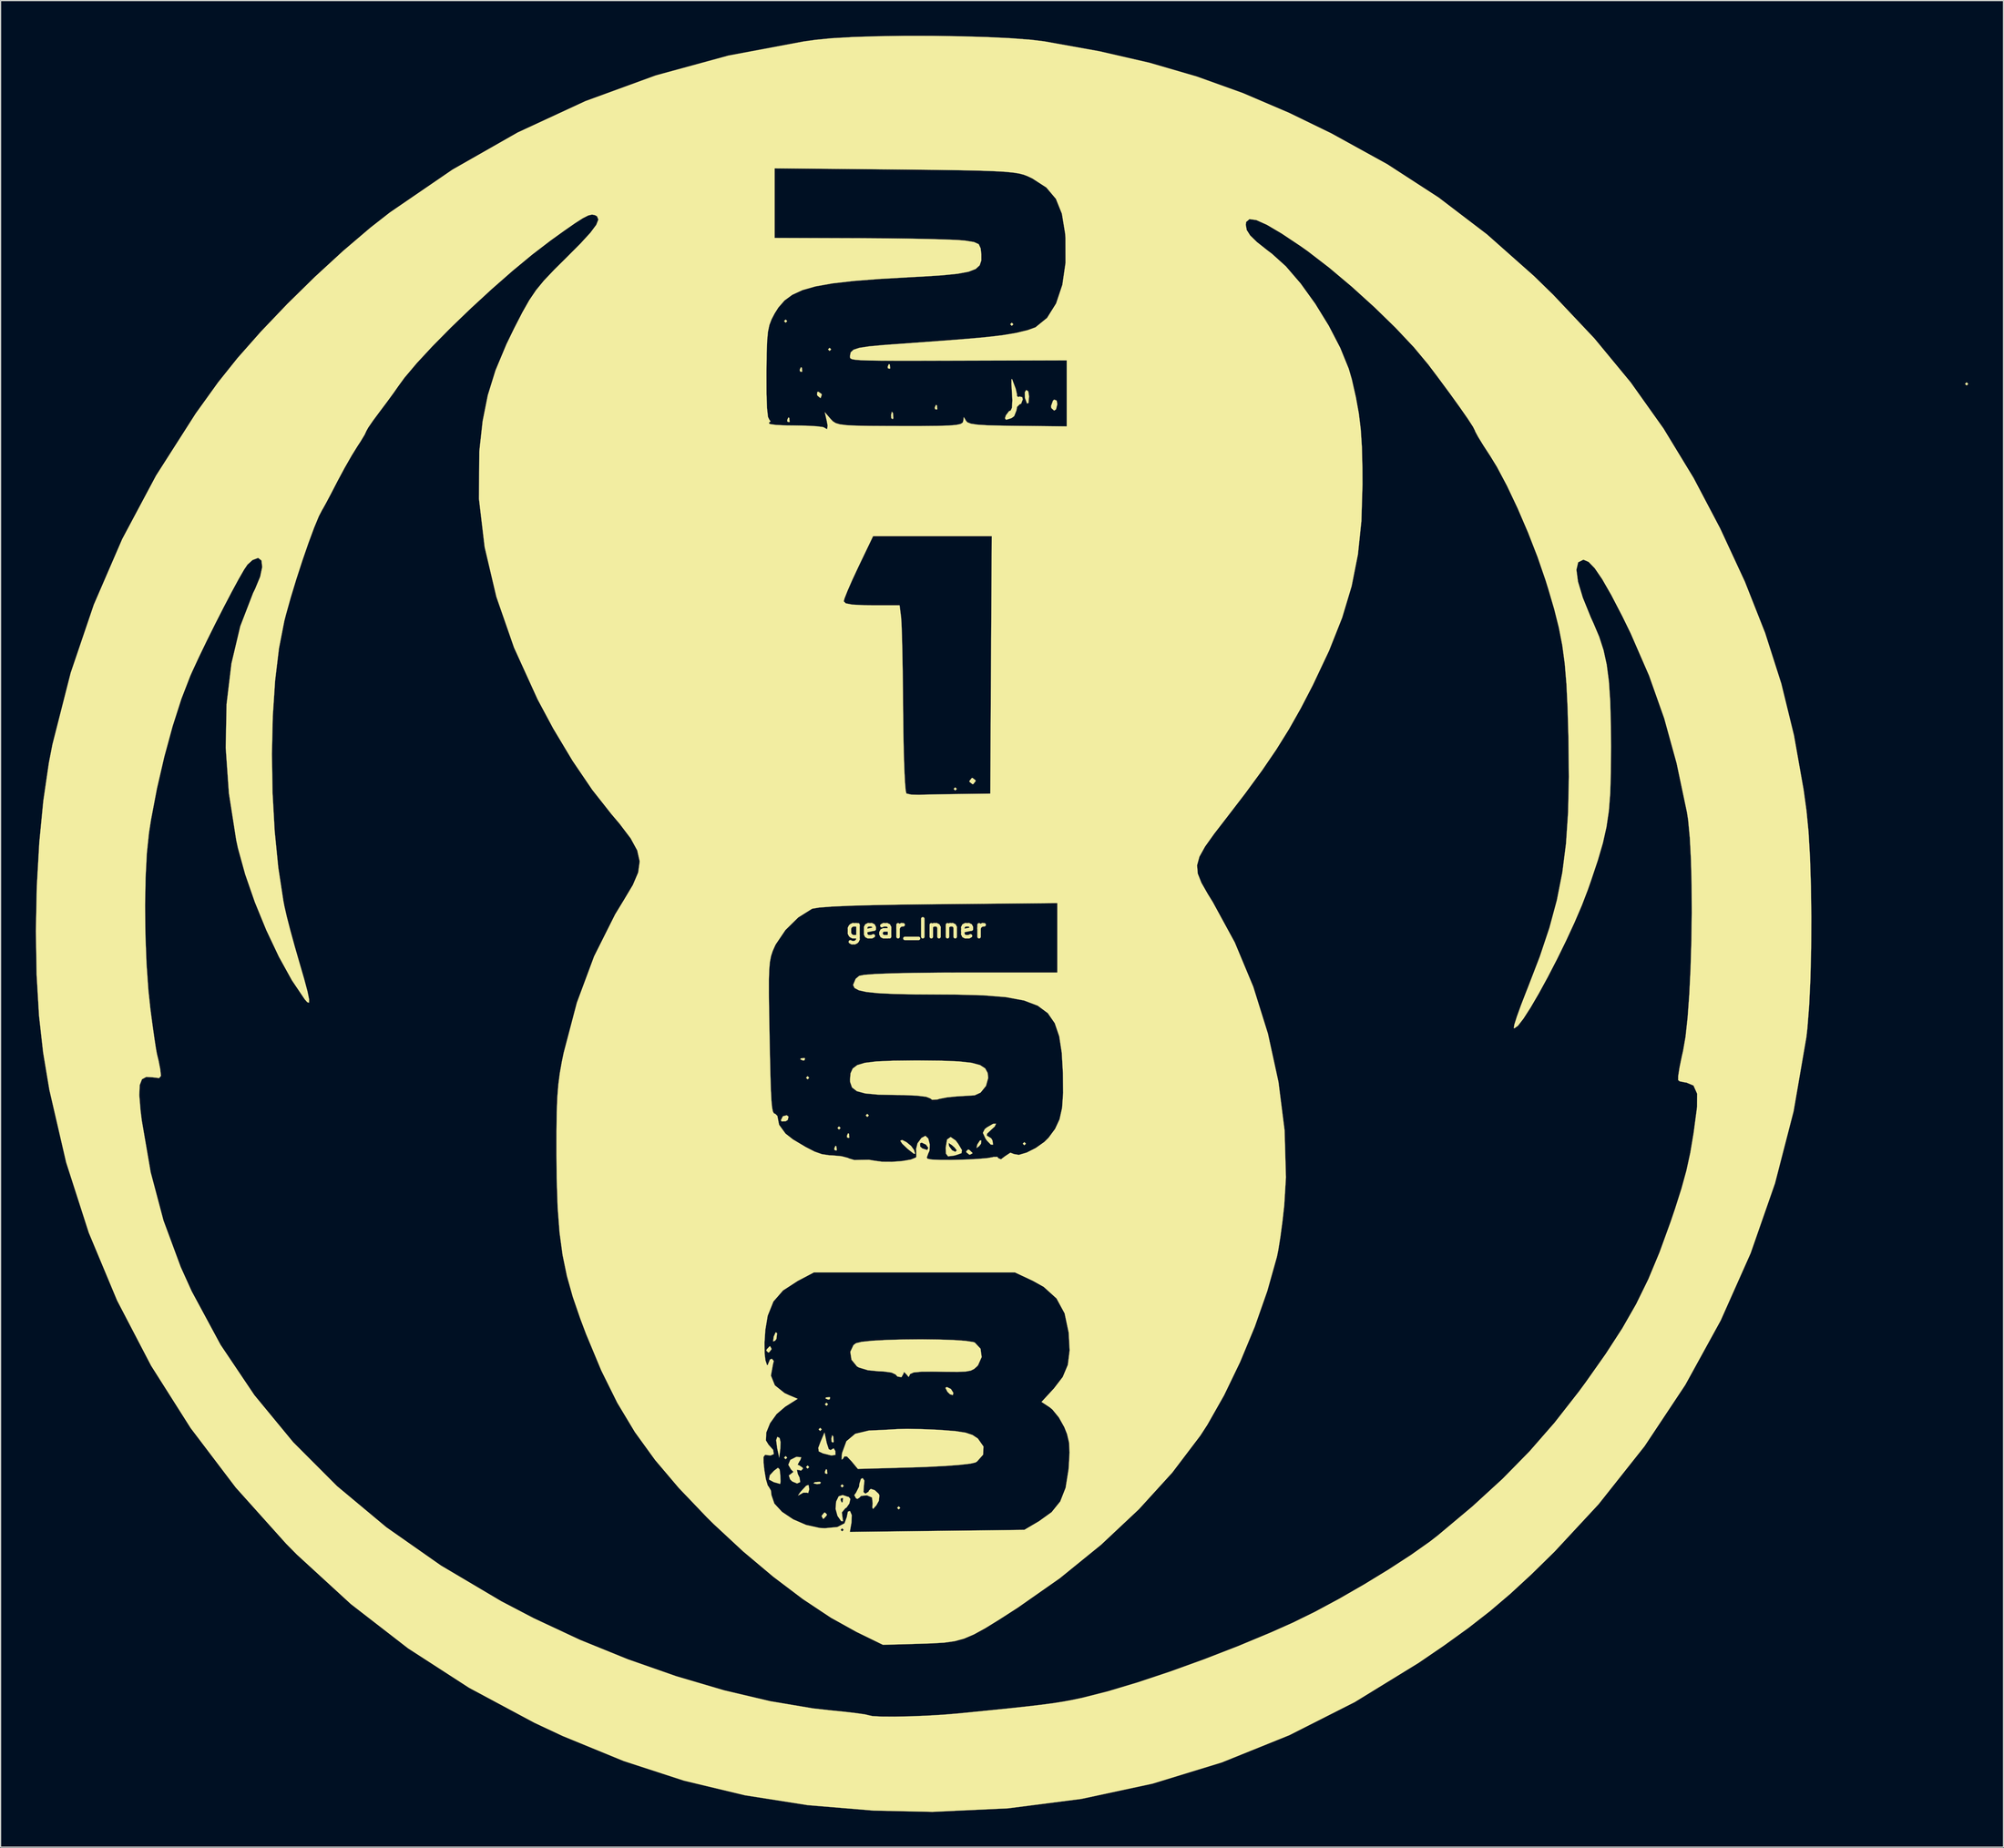
<source format=kicad_pcb>
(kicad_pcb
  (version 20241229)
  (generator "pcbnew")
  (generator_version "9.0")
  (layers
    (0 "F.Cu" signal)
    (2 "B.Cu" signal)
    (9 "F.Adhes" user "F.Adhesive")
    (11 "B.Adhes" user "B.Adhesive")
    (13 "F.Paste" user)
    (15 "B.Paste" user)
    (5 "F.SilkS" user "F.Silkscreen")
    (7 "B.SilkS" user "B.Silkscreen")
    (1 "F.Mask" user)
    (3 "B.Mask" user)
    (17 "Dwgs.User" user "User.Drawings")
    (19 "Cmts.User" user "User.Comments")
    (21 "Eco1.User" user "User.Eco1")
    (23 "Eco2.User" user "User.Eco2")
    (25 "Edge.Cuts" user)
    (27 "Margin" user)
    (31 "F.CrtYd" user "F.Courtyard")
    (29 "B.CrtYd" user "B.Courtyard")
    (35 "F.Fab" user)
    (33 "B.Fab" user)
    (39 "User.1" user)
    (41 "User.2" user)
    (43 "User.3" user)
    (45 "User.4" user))
  (footprint "gear_Inner"
    (layer "F.Cu")
    (at 74.92 76.033)
    (property "Reference" "gear_Inner" (at 0 0 0) (layer "F.SilkS") (effects (font (size 1.524 1.524) (thickness 0.3))))
    (attr through_hole)
    (fp_poly (pts (xy -10.962 -51.736) (xy -11.096 -51.602) (xy -11.229 -51.736) (xy -11.096 -51.869) (xy -10.962 -51.736)) (stroke (width 0.01) (type solid)) (fill yes) (layer "F.SilkS"))
    (fp_poly (pts (xy -10.962 45.052) (xy -11.096 45.185) (xy -11.229 45.052) (xy -11.096 44.918) (xy -10.962 45.052)) (stroke (width 0.01) (type solid)) (fill yes) (layer "F.SilkS"))
    (fp_poly (pts (xy -9.091 12.7) (xy -9.224 12.834) (xy -9.358 12.7) (xy -9.224 12.566) (xy -9.091 12.7)) (stroke (width 0.01) (type solid)) (fill yes) (layer "F.SilkS"))
    (fp_poly (pts (xy -9.091 45.854) (xy -9.224 45.987) (xy -9.358 45.854) (xy -9.224 45.72) (xy -9.091 45.854)) (stroke (width 0.01) (type solid)) (fill yes) (layer "F.SilkS"))
    (fp_poly (pts (xy -8.021 42.645) (xy -8.155 42.779) (xy -8.288 42.645) (xy -8.155 42.512) (xy -8.021 42.645)) (stroke (width 0.01) (type solid)) (fill yes) (layer "F.SilkS"))
    (fp_poly (pts (xy -7.486 40.506) (xy -7.62 40.64) (xy -7.754 40.506) (xy -7.62 40.373) (xy -7.486 40.506)) (stroke (width 0.01) (type solid)) (fill yes) (layer "F.SilkS"))
    (fp_poly (pts (xy -7.219 -49.329) (xy -7.353 -49.196) (xy -7.486 -49.329) (xy -7.353 -49.463) (xy -7.219 -49.329)) (stroke (width 0.01) (type solid)) (fill yes) (layer "F.SilkS"))
    (fp_poly (pts (xy -6.417 16.978) (xy -6.551 17.112) (xy -6.684 16.978) (xy -6.551 16.844) (xy -6.417 16.978)) (stroke (width 0.01) (type solid)) (fill yes) (layer "F.SilkS"))
    (fp_poly (pts (xy -6.149 47.458) (xy -6.283 47.592) (xy -6.417 47.458) (xy -6.283 47.324) (xy -6.149 47.458)) (stroke (width 0.01) (type solid)) (fill yes) (layer "F.SilkS"))
    (fp_poly (pts (xy -4.011 15.908) (xy -4.144 16.042) (xy -4.278 15.908) (xy -4.144 15.775) (xy -4.011 15.908)) (stroke (width 0.01) (type solid)) (fill yes) (layer "F.SilkS"))
    (fp_poly (pts (xy -1.337 49.329) (xy -1.471 49.463) (xy -1.604 49.329) (xy -1.471 49.196) (xy -1.337 49.329)) (stroke (width 0.01) (type solid)) (fill yes) (layer "F.SilkS"))
    (fp_poly (pts (xy 3.476 -11.898) (xy 3.342 -11.764) (xy 3.208 -11.898) (xy 3.342 -12.032) (xy 3.476 -11.898)) (stroke (width 0.01) (type solid)) (fill yes) (layer "F.SilkS"))
    (fp_poly (pts (xy 8.288 -51.468) (xy 8.155 -51.335) (xy 8.021 -51.468) (xy 8.155 -51.602) (xy 8.288 -51.468)) (stroke (width 0.01) (type solid)) (fill yes) (layer "F.SilkS"))
    (fp_poly (pts (xy 9.358 18.315) (xy 9.224 18.448) (xy 9.091 18.315) (xy 9.224 18.181) (xy 9.358 18.315)) (stroke (width 0.01) (type solid)) (fill yes) (layer "F.SilkS"))
    (fp_poly (pts (xy 89.568 -46.388) (xy 89.435 -46.255) (xy 89.301 -46.388) (xy 89.435 -46.522) (xy 89.568 -46.388)) (stroke (width 0.01) (type solid)) (fill yes) (layer "F.SilkS"))
    (fp_poly (pts (xy -10.784 -43.492) (xy -10.752 -43.175) (xy -10.784 -43.135) (xy -10.943 -43.172) (xy -10.962 -43.314) (xy -10.864 -43.534) (xy -10.784 -43.492)) (stroke (width 0.01) (type solid)) (fill yes) (layer "F.SilkS"))
    (fp_poly (pts (xy -9.714 -47.77) (xy -9.682 -47.453) (xy -9.714 -47.413) (xy -9.873 -47.45) (xy -9.893 -47.592) (xy -9.795 -47.812) (xy -9.714 -47.77)) (stroke (width 0.01) (type solid)) (fill yes) (layer "F.SilkS"))
    (fp_poly (pts (xy -9.447 11.051) (xy -9.484 11.21) (xy -9.625 11.229) (xy -9.845 11.132) (xy -9.804 11.051) (xy -9.486 11.019) (xy -9.447 11.051)) (stroke (width 0.01) (type solid)) (fill yes) (layer "F.SilkS"))
    (fp_poly (pts (xy -8.093 47.163) (xy -8.173 47.284) (xy -8.444 47.303) (xy -8.73 47.238) (xy -8.606 47.142) (xy -8.188 47.11) (xy -8.093 47.163)) (stroke (width 0.01) (type solid)) (fill yes) (layer "F.SilkS"))
    (fp_poly (pts (xy -7.575 46.076) (xy -7.543 46.394) (xy -7.575 46.433) (xy -7.734 46.396) (xy -7.754 46.255) (xy -7.656 46.035) (xy -7.575 46.076)) (stroke (width 0.01) (type solid)) (fill yes) (layer "F.SilkS"))
    (fp_poly (pts (xy -7.308 39.927) (xy -7.345 40.086) (xy -7.486 40.105) (xy -7.706 40.007) (xy -7.665 39.927) (xy -7.347 39.895) (xy -7.308 39.927)) (stroke (width 0.01) (type solid)) (fill yes) (layer "F.SilkS"))
    (fp_poly (pts (xy -7.036 43.264) (xy -7.004 43.681) (xy -7.057 43.776) (xy -7.179 43.696) (xy -7.198 43.425) (xy -7.133 43.14) (xy -7.036 43.264)) (stroke (width 0.01) (type solid)) (fill yes) (layer "F.SilkS"))
    (fp_poly (pts (xy -6.773 18.538) (xy -6.741 18.855) (xy -6.773 18.894) (xy -6.932 18.857) (xy -6.952 18.716) (xy -6.854 18.496) (xy -6.773 18.538)) (stroke (width 0.01) (type solid)) (fill yes) (layer "F.SilkS"))
    (fp_poly (pts (xy -5.704 17.468) (xy -5.672 17.785) (xy -5.704 17.825) (xy -5.863 17.788) (xy -5.882 17.646) (xy -5.784 17.426) (xy -5.704 17.468)) (stroke (width 0.01) (type solid)) (fill yes) (layer "F.SilkS"))
    (fp_poly (pts (xy -2.228 -48.037) (xy -2.196 -47.72) (xy -2.228 -47.681) (xy -2.387 -47.717) (xy -2.406 -47.859) (xy -2.308 -48.079) (xy -2.228 -48.037)) (stroke (width 0.01) (type solid)) (fill yes) (layer "F.SilkS"))
    (fp_poly (pts (xy -1.956 -43.899) (xy -1.924 -43.481) (xy -1.977 -43.386) (xy -2.099 -43.466) (xy -2.118 -43.737) (xy -2.053 -44.022) (xy -1.956 -43.899)) (stroke (width 0.01) (type solid)) (fill yes) (layer "F.SilkS"))
    (fp_poly (pts (xy 1.782 -44.561) (xy 1.814 -44.244) (xy 1.782 -44.205) (xy 1.624 -44.242) (xy 1.604 -44.383) (xy 1.702 -44.603) (xy 1.782 -44.561)) (stroke (width 0.01) (type solid)) (fill yes) (layer "F.SilkS"))
    (fp_poly (pts (xy -11.821 34.454) (xy -11.88 34.938) (xy -11.987 35.087) (xy -12.162 35.157) (xy -12.111 34.765) (xy -12.103 34.736) (xy -11.945 34.378) (xy -11.821 34.454)) (stroke (width 0.01) (type solid)) (fill yes) (layer "F.SilkS"))
    (fp_poly (pts (xy -11.61 43.378) (xy -11.527 43.729) (xy -11.548 44.292) (xy -11.639 45.052) (xy -11.812 44.249) (xy -11.901 43.564) (xy -11.803 43.282) (xy -11.61 43.378)) (stroke (width 0.01) (type solid)) (fill yes) (layer "F.SilkS"))
    (fp_poly (pts (xy -10.848 16.01) (xy -10.917 16.297) (xy -11.097 16.407) (xy -11.441 16.419) (xy -11.497 16.317) (xy -11.327 15.978) (xy -11 15.894) (xy -10.848 16.01)) (stroke (width 0.01) (type solid)) (fill yes) (layer "F.SilkS"))
    (fp_poly (pts (xy 2.975 39.203) (xy 3.181 39.535) (xy 3.14 39.728) (xy 2.898 39.656) (xy 2.679 39.443) (xy 2.507 39.107) (xy 2.625 39.036) (xy 2.975 39.203)) (stroke (width 0.01) (type solid)) (fill yes) (layer "F.SilkS"))
    (fp_poly (pts (xy 5.533 18.323) (xy 5.381 18.52) (xy 5.156 18.689) (xy 5.212 18.421) (xy 5.231 18.37) (xy 5.443 18.043) (xy 5.563 18.04) (xy 5.533 18.323)) (stroke (width 0.01) (type solid)) (fill yes) (layer "F.SilkS"))
    (fp_poly (pts (xy -12.302 35.767) (xy -12.299 35.827) (xy -12.504 36.084) (xy -12.582 36.095) (xy -12.742 35.931) (xy -12.7 35.827) (xy -12.46 35.572) (xy -12.417 35.56) (xy -12.302 35.767)) (stroke (width 0.01) (type solid)) (fill yes) (layer "F.SilkS"))
    (fp_poly (pts (xy -8.032 -45.526) (xy -8.021 -45.453) (xy -8.112 -45.192) (xy -8.139 -45.185) (xy -8.367 -45.373) (xy -8.422 -45.453) (xy -8.401 -45.699) (xy -8.304 -45.72) (xy -8.032 -45.526)) (stroke (width 0.01) (type solid)) (fill yes) (layer "F.SilkS"))
    (fp_poly (pts (xy -7.578 49.894) (xy -7.62 49.998) (xy -7.86 50.253) (xy -7.903 50.265) (xy -8.018 50.058) (xy -8.021 49.998) (xy -7.816 49.741) (xy -7.738 49.731) (xy -7.578 49.894)) (stroke (width 0.01) (type solid)) (fill yes) (layer "F.SilkS"))
    (fp_poly (pts (xy 4.545 18.849) (xy 4.8 19.09) (xy 4.813 19.133) (xy 4.606 19.247) (xy 4.545 19.251) (xy 4.288 19.045) (xy 4.278 18.967) (xy 4.442 18.808) (xy 4.545 18.849)) (stroke (width 0.01) (type solid)) (fill yes) (layer "F.SilkS"))
    (fp_poly (pts (xy 5.072 -12.63) (xy 5.08 -12.566) (xy 4.877 -12.307) (xy 4.813 -12.299) (xy 4.553 -12.502) (xy 4.545 -12.566) (xy 4.749 -12.826) (xy 4.813 -12.834) (xy 5.072 -12.63)) (stroke (width 0.01) (type solid)) (fill yes) (layer "F.SilkS"))
    (fp_poly (pts (xy 9.56 -45.759) (xy 9.625 -45.335) (xy 9.579 -44.768) (xy 9.456 -44.715) (xy 9.281 -45.184) (xy 9.28 -45.185) (xy 9.268 -45.682) (xy 9.383 -45.869) (xy 9.56 -45.759)) (stroke (width 0.01) (type solid)) (fill yes) (layer "F.SilkS"))
    (fp_poly (pts (xy 11.975 -44.97) (xy 12.032 -44.666) (xy 11.922 -44.223) (xy 11.764 -44.116) (xy 11.524 -44.331) (xy 11.497 -44.501) (xy 11.66 -44.956) (xy 11.764 -45.052) (xy 11.975 -44.97)) (stroke (width 0.01) (type solid)) (fill yes) (layer "F.SilkS"))
    (fp_poly (pts (xy -0.808 18.186) (xy -0.414 18.51) (xy -0.174 18.842) (xy -0.069 19.162) (xy -0.174 19.176) (xy -0.575 18.864) (xy -0.735 18.731) (xy -1.167 18.32) (xy -1.337 18.062) (xy -1.175 17.997) (xy -0.808 18.186)) (stroke (width 0.01) (type solid)) (fill yes) (layer "F.SilkS"))
    (fp_poly (pts (xy -11.605 46.052) (xy -11.549 46.531) (xy -11.527 47.079) (xy -11.559 47.293) (xy -11.559 47.293) (xy -11.843 47.209) (xy -12.098 47.14) (xy -12.512 46.915) (xy -12.441 46.551) (xy -12.088 46.172) (xy -11.749 45.915) (xy -11.605 46.052)) (stroke (width 0.01) (type solid)) (fill yes) (layer "F.SilkS"))
    (fp_poly (pts (xy -9.091 47.701) (xy -9.091 47.77) (xy -9.171 48.063) (xy -9.266 48.04) (xy -9.59 48.034) (xy -9.868 48.191) (xy -10.043 48.278) (xy -9.856 48.006) (xy -9.784 47.921) (xy -9.346 47.446) (xy -9.144 47.379) (xy -9.091 47.701)) (stroke (width 0.01) (type solid)) (fill yes) (layer "F.SilkS"))
    (fp_poly (pts (xy -7.598 43.803) (xy -7.426 44.331) (xy -7.247 44.419) (xy -7.218 44.382) (xy -7.005 44.258) (xy -6.863 44.494) (xy -6.849 44.812) (xy -7.192 44.869) (xy -7.911 44.691) (xy -8.273 44.521) (xy -8.315 44.22) (xy -8.127 43.715) (xy -7.785 42.913) (xy -7.598 43.803)) (stroke (width 0.01) (type solid)) (fill yes) (layer "F.SilkS"))
    (fp_poly (pts (xy 6.703 16.853) (xy 6.417 17.112) (xy 6.048 17.464) (xy 6.026 17.637) (xy 6.054 17.64) (xy 6.407 17.861) (xy 6.514 18.047) (xy 6.564 18.402) (xy 6.368 18.389) (xy 6.033 18.041) (xy 5.915 17.866) (xy 5.696 17.392) (xy 5.857 17.072) (xy 6.035 16.931) (xy 6.564 16.624) (xy 6.815 16.611) (xy 6.703 16.853)) (stroke (width 0.01) (type solid)) (fill yes) (layer "F.SilkS"))
    (fp_poly (pts (xy 3.383 18.045) (xy 3.594 18.328) (xy 3.915 18.862) (xy 3.876 19.123) (xy 3.41 19.286) (xy 3.199 19.337) (xy 2.731 19.393) (xy 2.552 19.158) (xy 2.531 18.662) (xy 2.6 18.248) (xy 2.779 18.248) (xy 2.798 18.46) (xy 2.83 18.544) (xy 3.07 18.873) (xy 3.355 19.012) (xy 3.476 18.882) (xy 3.298 18.652) (xy 3.069 18.443) (xy 2.779 18.248) (xy 2.6 18.248) (xy 2.649 17.958) (xy 2.95 17.747) (xy 3.383 18.045)) (stroke (width 0.01) (type solid)) (fill yes) (layer "F.SilkS"))
    (fp_poly (pts (xy -9.762 45.02) (xy -9.85 45.265) (xy -9.905 45.334) (xy -10.078 45.654) (xy -9.925 45.72) (xy -9.64 45.915) (xy -9.625 46.003) (xy -9.789 46.163) (xy -9.893 46.121) (xy -10.137 46.082) (xy -10.062 46.443) (xy -9.907 46.762) (xy -9.858 47.135) (xy -10.123 47.251) (xy -10.528 47.081) (xy -10.71 46.905) (xy -10.82 46.567) (xy -10.639 46.435) (xy -10.429 46.262) (xy -10.637 46.053) (xy -10.865 45.656) (xy -10.692 45.241) (xy -10.208 44.998) (xy -10.133 44.989) (xy -9.762 45.02)) (stroke (width 0.01) (type solid)) (fill yes) (layer "F.SilkS"))
    (fp_poly (pts (xy 8.185 -46.789) (xy 8.42 -46.159) (xy 8.486 -45.987) (xy 8.597 -45.504) (xy 8.592 -45.366) (xy 8.711 -45.266) (xy 8.817 -45.315) (xy 9.051 -45.258) (xy 9.091 -45.067) (xy 8.951 -44.702) (xy 8.823 -44.651) (xy 8.602 -44.428) (xy 8.556 -44.144) (xy 8.359 -43.642) (xy 8.133 -43.476) (xy 7.668 -43.331) (xy 7.575 -43.464) (xy 7.657 -43.715) (xy 7.924 -44.069) (xy 8.058 -44.116) (xy 8.172 -44.358) (xy 8.206 -44.99) (xy 8.172 -45.653) (xy 8.124 -46.398) (xy 8.132 -46.799) (xy 8.185 -46.789)) (stroke (width 0.01) (type solid)) (fill yes) (layer "F.SilkS"))
    (fp_poly (pts (xy -6.228 48.244) (xy -5.818 48.378) (xy -5.727 48.394) (xy -5.587 48.575) (xy -5.673 48.958) (xy -5.911 49.301) (xy -6.024 49.37) (xy -6.308 49.716) (xy -6.273 50.03) (xy -6.205 50.463) (xy -6.362 50.462) (xy -6.666 50.031) (xy -6.681 50.003) (xy -6.843 49.406) (xy -6.794 48.793) (xy -6.73 48.661) (xy -6.417 48.661) (xy -6.319 48.881) (xy -6.239 48.839) (xy -6.207 48.522) (xy -6.239 48.483) (xy -6.398 48.52) (xy -6.417 48.661) (xy -6.73 48.661) (xy -6.578 48.344) (xy -6.243 48.239) (xy -6.228 48.244)) (stroke (width 0.01) (type solid)) (fill yes) (layer "F.SilkS"))
    (fp_poly (pts (xy -4.389 47.009) (xy -4.435 47.458) (xy -4.47 47.983) (xy -4.307 48.126) (xy -4.024 47.945) (xy -4.011 47.867) (xy -3.849 47.71) (xy -3.503 47.826) (xy -3.181 48.126) (xy -3.114 48.255) (xy -3.157 48.723) (xy -3.369 49.103) (xy -3.653 49.424) (xy -3.717 49.284) (xy -3.685 48.953) (xy -3.74 48.447) (xy -4.152 48.268) (xy -4.211 48.262) (xy -4.679 48.315) (xy -4.813 48.454) (xy -4.982 48.566) (xy -5.103 48.513) (xy -5.249 48.246) (xy -5.103 48.043) (xy -4.848 47.537) (xy -4.813 47.271) (xy -4.687 46.866) (xy -4.54 46.789) (xy -4.389 47.009)) (stroke (width 0.01) (type solid)) (fill yes) (layer "F.SilkS"))
    (fp_poly (pts (xy 0.376 42.617) (xy 1.634 42.667) (xy 2.096 42.693) (xy 3.362 42.792) (xy 4.223 42.925) (xy 4.809 43.121) (xy 5.25 43.411) (xy 5.272 43.43) (xy 5.746 44.105) (xy 5.716 44.796) (xy 5.197 45.382) (xy 5.054 45.467) (xy 4.623 45.565) (xy 3.757 45.664) (xy 2.551 45.756) (xy 1.105 45.833) (xy -0.209 45.88) (xy -4.946 46.012) (xy -5.481 45.366) (xy -5.87 44.956) (xy -6.092 44.946) (xy -6.221 45.153) (xy -6.322 45.222) (xy -6.313 44.841) (xy -6.287 44.651) (xy -5.92 43.652) (xy -5.165 43.018) (xy -4.017 42.745) (xy -3.847 42.736) (xy -2.776 42.688) (xy -1.68 42.626) (xy -1.537 42.616) (xy -0.748 42.598) (xy 0.376 42.617)) (stroke (width 0.01) (type solid)) (fill yes) (layer "F.SilkS"))
    (fp_poly (pts (xy 2.163 11.246) (xy 3.651 11.307) (xy 4.727 11.426) (xy 5.454 11.62) (xy 5.892 11.903) (xy 6.103 12.292) (xy 6.149 12.712) (xy 5.959 13.395) (xy 5.501 13.963) (xy 4.994 14.196) (xy 4.549 14.225) (xy 3.802 14.27) (xy 3.476 14.289) (xy 2.637 14.372) (xy 1.976 14.5) (xy 1.832 14.549) (xy 1.377 14.578) (xy 1.214 14.456) (xy 0.868 14.321) (xy 0.075 14.224) (xy -1.078 14.175) (xy -1.603 14.171) (xy -3.184 14.142) (xy -4.303 14.04) (xy -5.033 13.843) (xy -5.442 13.526) (xy -5.604 13.066) (xy -5.615 12.855) (xy -5.568 12.319) (xy -5.384 11.914) (xy -4.999 11.623) (xy -4.348 11.427) (xy -3.367 11.308) (xy -1.992 11.248) (xy -0.157 11.23) (xy 0.203 11.229) (xy 2.163 11.246)) (stroke (width 0.01) (type solid)) (fill yes) (layer "F.SilkS"))
    (fp_poly (pts (xy 1.863 34.991) (xy 3.167 35.034) (xy 4.21 35.106) (xy 4.877 35.207) (xy 5.013 35.256) (xy 5.497 35.776) (xy 5.593 36.485) (xy 5.284 37.18) (xy 5.195 37.279) (xy 4.949 37.499) (xy 4.665 37.641) (xy 4.234 37.72) (xy 3.55 37.75) (xy 2.503 37.743) (xy 1.671 37.728) (xy 0.507 37.73) (xy -0.196 37.796) (xy -0.508 37.937) (xy -0.539 38.026) (xy -0.623 38.182) (xy -0.802 37.966) (xy -1.018 37.749) (xy -1.065 37.899) (xy -1.237 38.204) (xy -1.578 38.143) (xy -1.738 37.966) (xy -2.082 37.808) (xy -2.766 37.712) (xy -3.165 37.699) (xy -4.091 37.608) (xy -4.854 37.377) (xy -5.021 37.283) (xy -5.487 36.713) (xy -5.59 36.042) (xy -5.319 35.466) (xy -5.102 35.305) (xy -4.611 35.187) (xy -3.701 35.094) (xy -2.485 35.028) (xy -1.077 34.988) (xy 0.41 34.976) (xy 1.863 34.991)) (stroke (width 0.01) (type solid)) (fill yes) (layer "F.SilkS"))
    (fp_poly (pts (xy 1.439 -76.026) (xy 3.818 -75.991) (xy 6.075 -75.925) (xy 8.104 -75.827) (xy 9.797 -75.698) (xy 10.914 -75.562) (xy 15.587 -74.724) (xy 19.872 -73.74) (xy 23.905 -72.566) (xy 27.822 -71.159) (xy 31.761 -69.474) (xy 35.364 -67.721) (xy 40.116 -65.1) (xy 44.486 -62.265) (xy 48.604 -59.124) (xy 52.596 -55.583) (xy 54.244 -53.976) (xy 57.746 -50.265) (xy 60.845 -46.51) (xy 63.632 -42.589) (xy 66.194 -38.375) (xy 68.451 -34.089) (xy 70.558 -29.546) (xy 72.28 -25.185) (xy 73.659 -20.869) (xy 74.738 -16.459) (xy 75.56 -11.817) (xy 75.803 -10.04) (xy 75.977 -8.252) (xy 76.103 -6.063) (xy 76.183 -3.597) (xy 76.215 -0.98) (xy 76.201 1.663) (xy 76.141 4.206) (xy 76.033 6.524) (xy 75.879 8.492) (xy 75.794 9.238) (xy 74.706 15.554) (xy 73.121 21.696) (xy 71.049 27.642) (xy 68.5 33.369) (xy 65.485 38.856) (xy 62.016 44.08) (xy 58.104 49.019) (xy 54.346 53.068) (xy 52.391 54.986) (xy 50.603 56.637) (xy 48.853 58.128) (xy 47.009 59.565) (xy 44.943 61.055) (xy 42.779 62.533) (xy 37.354 65.866) (xy 31.777 68.69) (xy 26.042 71.005) (xy 20.143 72.814) (xy 14.074 74.117) (xy 7.828 74.918) (xy 1.4 75.217) (xy -3.609 75.11) (xy -9.214 74.645) (xy -14.559 73.805) (xy -19.748 72.561) (xy -24.884 70.888) (xy -30.071 68.759) (xy -32.485 67.628) (xy -38.038 64.652) (xy -43.231 61.293) (xy -48.103 57.521) (xy -52.695 53.309) (xy -53.622 52.37) (xy -57.911 47.585) (xy -61.742 42.53) (xy -65.107 37.22) (xy -68 31.67) (xy -70.412 25.895) (xy -72.337 19.91) (xy -73.661 14.187) (xy -66.114 14.187) (xy -66.008 15.474) (xy -65.903 16.327) (xy -65.145 20.745) (xy -64.053 24.862) (xy -62.585 28.826) (xy -61.656 30.881) (xy -59.197 35.442) (xy -56.322 39.722) (xy -53.02 43.73) (xy -49.279 47.479) (xy -45.086 50.979) (xy -40.431 54.242) (xy -35.302 57.28) (xy -32.537 58.726) (xy -28.61 60.564) (xy -24.532 62.221) (xy -20.405 63.666) (xy -16.331 64.867) (xy -12.414 65.791) (xy -8.755 66.407) (xy -7.365 66.562) (xy -6.117 66.687) (xy -5.075 66.809) (xy -4.349 66.912) (xy -4.047 66.984) (xy -4.046 66.985) (xy -3.703 67.061) (xy -2.932 67.101) (xy -1.841 67.107) (xy -0.537 67.082) (xy 0.874 67.027) (xy 2.286 66.944) (xy 3.532 66.841) (xy 5.93 66.604) (xy 7.869 66.408) (xy 9.424 66.241) (xy 10.669 66.095) (xy 11.678 65.96) (xy 12.526 65.828) (xy 13.286 65.688) (xy 14.032 65.531) (xy 14.171 65.501) (xy 16.331 64.952) (xy 18.85 64.197) (xy 21.613 63.277) (xy 24.506 62.232) (xy 27.414 61.104) (xy 30.22 59.934) (xy 32.092 59.099) (xy 33.957 58.183) (xy 36.017 57.075) (xy 38.148 55.849) (xy 40.227 54.58) (xy 42.131 53.342) (xy 43.736 52.209) (xy 44.424 51.675) (xy 47.366 49.207) (xy 49.93 46.858) (xy 52.224 44.52) (xy 54.352 42.082) (xy 56.422 39.434) (xy 57.01 38.635) (xy 58.716 36.215) (xy 60.125 34.04) (xy 61.31 31.967) (xy 62.343 29.855) (xy 63.298 27.563) (xy 64.247 24.948) (xy 64.609 23.878) (xy 65.159 22.149) (xy 65.582 20.611) (xy 65.915 19.087) (xy 66.197 17.399) (xy 66.466 15.369) (xy 66.49 15.175) (xy 66.494 14.052) (xy 66.185 13.361) (xy 65.564 13.103) (xy 65.488 13.101) (xy 65.014 13.005) (xy 64.88 12.901) (xy 64.883 12.566) (xy 64.995 11.845) (xy 65.195 10.868) (xy 65.296 10.427) (xy 65.508 9.216) (xy 65.686 7.571) (xy 65.83 5.591) (xy 65.938 3.377) (xy 66.008 1.027) (xy 66.038 -1.358) (xy 66.027 -3.68) (xy 65.973 -5.837) (xy 65.874 -7.731) (xy 65.73 -9.261) (xy 65.633 -9.893) (xy 64.751 -14.079) (xy 63.694 -17.908) (xy 62.407 -21.544) (xy 60.838 -25.15) (xy 60.128 -26.603) (xy 59.186 -28.416) (xy 58.411 -29.766) (xy 57.778 -30.692) (xy 57.259 -31.229) (xy 56.831 -31.415) (xy 56.803 -31.416) (xy 56.367 -31.197) (xy 56.219 -30.564) (xy 56.353 -29.548) (xy 56.763 -28.182) (xy 57.445 -26.499) (xy 57.679 -25.986) (xy 58.158 -24.855) (xy 58.527 -23.717) (xy 58.798 -22.479) (xy 58.984 -21.049) (xy 59.097 -19.336) (xy 59.153 -17.245) (xy 59.163 -15.507) (xy 59.151 -13.321) (xy 59.097 -11.538) (xy 58.98 -10.026) (xy 58.778 -8.655) (xy 58.472 -7.292) (xy 58.038 -5.807) (xy 57.456 -4.068) (xy 57.186 -3.298) (xy 56.683 -1.985) (xy 56.054 -0.518) (xy 55.336 1.035) (xy 54.566 2.605) (xy 53.782 4.122) (xy 53.02 5.517) (xy 52.318 6.72) (xy 51.712 7.663) (xy 51.239 8.275) (xy 50.938 8.488) (xy 50.889 8.467) (xy 50.933 8.182) (xy 51.149 7.499) (xy 51.505 6.514) (xy 51.967 5.322) (xy 52.083 5.033) (xy 53.103 2.383) (xy 53.921 -0.066) (xy 54.555 -2.416) (xy 55.02 -4.774) (xy 55.334 -7.243) (xy 55.514 -9.928) (xy 55.577 -12.934) (xy 55.54 -16.309) (xy 55.471 -18.774) (xy 55.372 -20.822) (xy 55.226 -22.571) (xy 55.016 -24.137) (xy 54.724 -25.639) (xy 54.334 -27.193) (xy 53.828 -28.918) (xy 53.591 -29.679) (xy 52.91 -31.66) (xy 52.097 -33.747) (xy 51.211 -35.808) (xy 50.31 -37.712) (xy 49.451 -39.329) (xy 48.885 -40.252) (xy 48.301 -41.149) (xy 47.851 -41.883) (xy 47.606 -42.338) (xy 47.581 -42.416) (xy 47.419 -42.738) (xy 46.977 -43.419) (xy 46.299 -44.393) (xy 45.433 -45.596) (xy 44.422 -46.964) (xy 43.606 -48.046) (xy 42.382 -49.515) (xy 40.819 -51.175) (xy 39.025 -52.923) (xy 37.109 -54.66) (xy 35.182 -56.283) (xy 33.351 -57.692) (xy 32.745 -58.121) (xy 31.119 -59.203) (xy 29.869 -59.94) (xy 28.968 -60.343) (xy 28.39 -60.423) (xy 28.11 -60.188) (xy 28.074 -59.942) (xy 28.154 -59.495) (xy 28.446 -59.032) (xy 29.021 -58.471) (xy 29.955 -57.731) (xy 30.292 -57.479) (xy 31.486 -56.402) (xy 32.746 -54.936) (xy 33.991 -53.206) (xy 35.141 -51.337) (xy 36.116 -49.456) (xy 36.836 -47.688) (xy 37.099 -46.789) (xy 37.448 -45.249) (xy 37.697 -43.872) (xy 37.862 -42.509) (xy 37.959 -41.009) (xy 38.002 -39.223) (xy 38.009 -37.838) (xy 37.917 -34.711) (xy 37.62 -31.866) (xy 37.086 -29.168) (xy 36.279 -26.483) (xy 35.167 -23.676) (xy 33.772 -20.721) (xy 32.755 -18.761) (xy 31.746 -16.976) (xy 30.67 -15.248) (xy 29.453 -13.463) (xy 28.017 -11.503) (xy 26.474 -9.492) (xy 25.385 -8.08) (xy 24.608 -6.991) (xy 24.127 -6.127) (xy 23.926 -5.39) (xy 23.988 -4.681) (xy 24.296 -3.903) (xy 24.835 -2.956) (xy 25.264 -2.262) (xy 27.137 1.175) (xy 28.711 4.949) (xy 29.961 8.949) (xy 30.858 13.062) (xy 31.377 17.176) (xy 31.492 21.179) (xy 31.349 23.55) (xy 31.196 24.933) (xy 31.019 26.266) (xy 30.842 27.372) (xy 30.727 27.94) (xy 29.906 30.86) (xy 28.84 33.899) (xy 27.592 36.908) (xy 26.226 39.742) (xy 24.804 42.251) (xy 24.201 43.18) (xy 21.815 46.326) (xy 18.974 49.448) (xy 15.756 52.471) (xy 12.24 55.324) (xy 8.673 57.822) (xy 7.118 58.824) (xy 5.905 59.573) (xy 4.931 60.107) (xy 4.092 60.465) (xy 3.281 60.685) (xy 2.395 60.808) (xy 1.329 60.87) (xy 0.401 60.901) (xy -2.807 60.994) (xy -5.056 59.897) (xy -7.239 58.685) (xy -9.633 57.094) (xy -12.151 55.19) (xy -14.71 53.038) (xy -16.687 51.201) (xy -6.417 51.201) (xy -6.283 51.335) (xy -6.149 51.201) (xy -6.283 51.067) (xy -6.417 51.201) (xy -16.687 51.201) (xy -17.221 50.705) (xy -17.79 50.143) (xy -20.186 47.635) (xy -22.205 45.253) (xy -22.397 44.988) (xy -12.976 44.988) (xy -12.972 45.499) (xy -12.91 46.083) (xy -12.78 46.878) (xy -12.62 47.417) (xy -12.525 47.547) (xy -12.348 47.851) (xy -12.299 48.255) (xy -12.054 48.965) (xy -11.4 49.673) (xy -10.457 50.305) (xy -9.346 50.785) (xy -8.187 51.04) (xy -7.754 51.062) (xy -6.69 50.961) (xy -6.081 50.648) (xy -5.882 50.101) (xy -5.882 50.085) (xy -5.793 49.649) (xy -5.614 49.597) (xy -5.466 49.95) (xy -5.487 50.567) (xy -5.488 50.571) (xy -5.63 51.379) (xy 1.797 51.29) (xy 9.224 51.201) (xy 10.471 50.468) (xy 11.547 49.695) (xy 12.281 48.785) (xy 12.739 47.619) (xy 12.986 46.075) (xy 13.009 45.797) (xy 13.073 44.613) (xy 13.031 43.759) (xy 12.86 43.039) (xy 12.627 42.453) (xy 12.162 41.624) (xy 11.614 40.953) (xy 11.385 40.763) (xy 10.688 40.306) (xy 11.744 39.16) (xy 12.496 38.181) (xy 12.929 37.149) (xy 13.081 35.916) (xy 13.001 34.406) (xy 12.654 32.764) (xy 11.963 31.491) (xy 10.87 30.505) (xy 9.94 29.988) (xy 8.422 29.277) (xy -8.689 29.277) (xy -10.07 30.005) (xy -11.315 30.812) (xy -12.136 31.754) (xy -12.622 32.965) (xy -12.824 34.179) (xy -12.892 35.234) (xy -12.883 36.193) (xy -12.815 36.759) (xy -12.679 37.175) (xy -12.599 37.15) (xy -12.594 37.097) (xy -12.43 36.7) (xy -12.27 36.629) (xy -12.103 36.822) (xy -12.172 37.097) (xy -12.347 38.064) (xy -12.013 38.893) (xy -11.186 39.555) (xy -10.85 39.713) (xy -10.07 40.041) (xy -11.132 40.712) (xy -11.865 41.339) (xy -12.422 42.116) (xy -12.744 42.911) (xy -12.772 43.589) (xy -12.553 43.948) (xy -12.158 44.392) (xy -12.103 44.747) (xy -12.391 44.873) (xy -12.539 44.848) (xy -12.843 44.811) (xy -12.976 44.988) (xy -22.397 44.988) (xy -23.926 42.875) (xy -25.426 40.378) (xy -26.783 37.639) (xy -28.076 34.537) (xy -28.57 33.226) (xy -29.213 31.357) (xy -29.711 29.583) (xy -30.081 27.794) (xy -30.339 25.88) (xy -30.501 23.73) (xy -30.583 21.235) (xy -30.601 19.251) (xy -30.599 17.236) (xy -30.578 15.645) (xy -30.529 14.369) (xy -30.445 13.298) (xy -30.319 12.32) (xy -30.143 11.327) (xy -29.989 10.585) (xy -28.865 6.311) (xy -28.59 5.571) (xy -12.52 5.571) (xy -12.499 7.167) (xy -12.47 8.774) (xy -12.428 10.896) (xy -12.389 12.542) (xy -12.349 13.773) (xy -12.304 14.648) (xy -12.249 15.226) (xy -12.181 15.566) (xy -12.095 15.729) (xy -11.987 15.774) (xy -11.974 15.775) (xy -11.791 15.958) (xy -11.793 15.975) (xy -11.653 16.704) (xy -11.107 17.455) (xy -10.466 17.957) (xy -9.391 18.597) (xy -8.616 18.995) (xy -7.999 19.21) (xy -7.396 19.299) (xy -7.089 19.313) (xy -6.33 19.385) (xy -5.789 19.526) (xy -5.717 19.567) (xy -5.235 19.708) (xy -4.783 19.696) (xy -4.005 19.685) (xy -3.555 19.759) (xy -2.881 19.852) (xy -2.027 19.857) (xy -1.154 19.79) (xy -0.428 19.664) (xy -0.011 19.497) (xy 0.032 19.426) (xy 0.027 18.873) (xy 0.015 18.763) (xy 0.132 18.286) (xy 0.136 18.28) (xy 0.346 18.28) (xy 0.361 18.56) (xy 0.535 18.716) (xy 0.958 18.857) (xy 1.05 18.669) (xy 0.856 18.395) (xy 0.488 18.224) (xy 0.346 18.28) (xy 0.136 18.28) (xy 0.466 17.827) (xy 0.804 17.646) (xy 1.045 17.87) (xy 1.174 18.374) (xy 1.152 18.909) (xy 1.045 19.146) (xy 0.92 19.496) (xy 0.99 19.602) (xy 1.368 19.667) (xy 2.131 19.697) (xy 3.132 19.695) (xy 4.223 19.666) (xy 5.256 19.614) (xy 6.083 19.543) (xy 6.556 19.459) (xy 6.595 19.441) (xy 6.931 19.438) (xy 7.008 19.552) (xy 7.237 19.645) (xy 7.582 19.384) (xy 8.038 19.082) (xy 8.345 19.2) (xy 8.753 19.27) (xy 9.421 19.074) (xy 10.193 18.685) (xy 10.916 18.175) (xy 11.282 17.817) (xy 11.844 17.058) (xy 12.221 16.246) (xy 12.44 15.262) (xy 12.528 13.987) (xy 12.511 12.301) (xy 12.511 12.299) (xy 12.411 10.574) (xy 12.196 9.171) (xy 11.816 8.055) (xy 11.222 7.196) (xy 10.364 6.561) (xy 9.193 6.118) (xy 7.658 5.834) (xy 5.71 5.678) (xy 3.299 5.617) (xy 2.193 5.612) (xy -0.089 5.601) (xy -1.885 5.564) (xy -3.247 5.497) (xy -4.224 5.394) (xy -4.867 5.25) (xy -5.224 5.06) (xy -5.346 4.817) (xy -5.347 4.785) (xy -5.133 4.275) (xy -4.83 4.02) (xy -4.399 3.936) (xy -3.466 3.865) (xy -2.065 3.81) (xy -0.229 3.77) (xy 2.008 3.748) (xy 3.859 3.743) (xy 12.032 3.743) (xy 12.032 -2.174) (xy 1.938 -2.083) (xy -1.117 -2.048) (xy -3.65 -2.002) (xy -5.672 -1.946) (xy -7.197 -1.877) (xy -8.235 -1.797) (xy -8.799 -1.704) (xy -8.86 -1.683) (xy -10.026 -0.95) (xy -11.114 0.121) (xy -11.94 1.343) (xy -12.013 1.491) (xy -12.198 1.91) (xy -12.336 2.329) (xy -12.432 2.826) (xy -12.492 3.479) (xy -12.519 4.368) (xy -12.52 5.571) (xy -28.59 5.571) (xy -27.397 2.361) (xy -25.606 -1.214) (xy -24.86 -2.439) (xy -24.098 -3.717) (xy -23.645 -4.778) (xy -23.516 -5.725) (xy -23.726 -6.664) (xy -24.29 -7.697) (xy -25.225 -8.929) (xy -25.928 -9.759) (xy -27.551 -11.818) (xy -29.225 -14.284) (xy -30.878 -17.043) (xy -32.204 -19.518) (xy -34.213 -23.933) (xy -35.583 -27.873) (xy -6.15 -27.873) (xy -5.977 -27.7) (xy -5.418 -27.593) (xy -4.415 -27.544) (xy -3.772 -27.539) (xy -1.395 -27.539) (xy -1.267 -26.536) (xy -1.231 -25.999) (xy -1.194 -25.011) (xy -1.161 -23.658) (xy -1.131 -22.023) (xy -1.107 -20.191) (xy -1.093 -18.591) (xy -1.072 -16.718) (xy -1.037 -15.025) (xy -0.99 -13.585) (xy -0.935 -12.471) (xy -0.874 -11.753) (xy -0.816 -11.506) (xy -0.406 -11.414) (xy 0.242 -11.397) (xy 0.87 -11.415) (xy 1.866 -11.435) (xy 3.061 -11.455) (xy 3.698 -11.463) (xy 6.326 -11.497) (xy 6.389 -22.459) (xy 6.452 -33.421) (xy -3.651 -33.421) (xy -4.901 -30.814) (xy -5.412 -29.717) (xy -5.822 -28.782) (xy -6.083 -28.122) (xy -6.15 -27.873) (xy -35.583 -27.873) (xy -35.717 -28.26) (xy -36.713 -32.486) (xy -37.199 -36.6) (xy -37.17 -40.589) (xy -37.159 -40.737) (xy -36.885 -43.222) (xy -36.445 -45.43) (xy -35.878 -47.257) (xy -12.727 -47.257) (xy -12.722 -45.523) (xy -12.679 -44.302) (xy -12.595 -43.571) (xy -12.47 -43.311) (xy -12.46 -43.31) (xy -12.376 -43.202) (xy -12.526 -43.077) (xy -12.456 -42.971) (xy -11.918 -42.894) (xy -10.976 -42.853) (xy -10.444 -42.849) (xy -9.351 -42.831) (xy -8.47 -42.785) (xy -7.932 -42.718) (xy -7.833 -42.68) (xy -7.565 -42.525) (xy -7.519 -42.834) (xy -7.595 -43.247) (xy -7.762 -43.982) (xy -7.26 -43.397) (xy -7.069 -43.198) (xy -6.833 -43.05) (xy -6.476 -42.945) (xy -5.924 -42.876) (xy -5.101 -42.834) (xy -3.932 -42.813) (xy -2.34 -42.805) (xy -1.374 -42.803) (xy 0.458 -42.803) (xy 1.824 -42.815) (xy 2.79 -42.844) (xy 3.426 -42.896) (xy 3.799 -42.976) (xy 3.978 -43.09) (xy 4.029 -43.244) (xy 4.029 -43.254) (xy 4.071 -43.562) (xy 4.201 -43.353) (xy 4.23 -43.286) (xy 4.369 -43.121) (xy 4.677 -43.001) (xy 5.23 -42.918) (xy 6.106 -42.864) (xy 7.383 -42.832) (xy 8.623 -42.816) (xy 12.834 -42.774) (xy 12.834 -48.394) (xy 4.879 -48.374) (xy 2.235 -48.368) (xy 0.076 -48.363) (xy -1.647 -48.363) (xy -2.983 -48.369) (xy -3.98 -48.383) (xy -4.688 -48.407) (xy -5.157 -48.443) (xy -5.435 -48.492) (xy -5.571 -48.557) (xy -5.615 -48.64) (xy -5.616 -48.742) (xy -5.615 -48.779) (xy -5.554 -49.078) (xy -5.319 -49.297) (xy -4.828 -49.46) (xy -4.001 -49.588) (xy -2.757 -49.703) (xy -2.031 -49.756) (xy 0.205 -49.916) (xy 1.985 -50.046) (xy 3.387 -50.152) (xy 4.487 -50.24) (xy 5.364 -50.317) (xy 6.094 -50.39) (xy 6.755 -50.464) (xy 7.425 -50.547) (xy 7.431 -50.548) (xy 8.522 -50.73) (xy 9.507 -50.967) (xy 10.172 -51.207) (xy 11.159 -52.007) (xy 11.929 -53.237) (xy 12.462 -54.829) (xy 12.735 -56.714) (xy 12.728 -58.824) (xy 12.697 -59.21) (xy 12.423 -60.882) (xy 11.913 -62.149) (xy 11.098 -63.115) (xy 9.911 -63.883) (xy 9.488 -64.083) (xy 9.165 -64.206) (xy 8.766 -64.308) (xy 8.236 -64.39) (xy 7.52 -64.457) (xy 6.564 -64.509) (xy 5.313 -64.552) (xy 3.712 -64.586) (xy 1.705 -64.615) (xy -0.76 -64.642) (xy -1.805 -64.652) (xy -12.032 -64.747) (xy -12.032 -58.821) (xy -4.612 -58.798) (xy -2.597 -58.785) (xy -0.69 -58.762) (xy 1.023 -58.729) (xy 2.457 -58.689) (xy 3.526 -58.645) (xy 4.144 -58.597) (xy 4.936 -58.472) (xy 5.341 -58.289) (xy 5.506 -57.932) (xy 5.563 -57.435) (xy 5.563 -56.901) (xy 5.423 -56.488) (xy 5.082 -56.175) (xy 4.477 -55.942) (xy 3.547 -55.77) (xy 2.231 -55.637) (xy 0.467 -55.524) (xy -0.401 -55.479) (xy -3.099 -55.326) (xy -5.318 -55.154) (xy -7.114 -54.949) (xy -8.544 -54.695) (xy -9.662 -54.377) (xy -10.526 -53.981) (xy -11.191 -53.493) (xy -11.712 -52.896) (xy -12.032 -52.39) (xy -12.293 -51.89) (xy -12.477 -51.406) (xy -12.598 -50.832) (xy -12.67 -50.058) (xy -12.708 -48.979) (xy -12.726 -47.486) (xy -12.727 -47.257) (xy -35.878 -47.257) (xy -35.787 -47.551) (xy -34.856 -49.775) (xy -34.197 -51.132) (xy -33.503 -52.481) (xy -32.918 -53.514) (xy -32.339 -54.371) (xy -31.665 -55.191) (xy -30.792 -56.112) (xy -29.774 -57.122) (xy -28.552 -58.348) (xy -27.707 -59.271) (xy -27.212 -59.936) (xy -27.035 -60.386) (xy -27.149 -60.666) (xy -27.338 -60.768) (xy -27.582 -60.809) (xy -27.894 -60.736) (xy -28.348 -60.506) (xy -29.018 -60.079) (xy -29.978 -59.41) (xy -31.126 -58.584) (xy -32.654 -57.414) (xy -34.34 -56.019) (xy -36.107 -54.469) (xy -37.881 -52.836) (xy -39.586 -51.194) (xy -41.147 -49.612) (xy -42.489 -48.164) (xy -43.538 -46.921) (xy -44.062 -46.203) (xy -44.46 -45.633) (xy -45.052 -44.824) (xy -45.653 -44.024) (xy -46.217 -43.263) (xy -46.623 -42.673) (xy -46.789 -42.376) (xy -46.789 -42.371) (xy -46.927 -42.072) (xy -47.276 -41.492) (xy -47.54 -41.089) (xy -48.031 -40.297) (xy -48.637 -39.237) (xy -49.238 -38.118) (xy -49.316 -37.966) (xy -49.809 -37.013) (xy -50.223 -36.234) (xy -50.487 -35.759) (xy -50.529 -35.694) (xy -50.828 -35.121) (xy -51.235 -34.137) (xy -51.713 -32.847) (xy -52.228 -31.356) (xy -52.744 -29.768) (xy -53.225 -28.188) (xy -53.635 -26.72) (xy -53.768 -26.202) (xy -54.223 -23.869) (xy -54.551 -21.129) (xy -54.751 -18.092) (xy -54.825 -14.869) (xy -54.771 -11.572) (xy -54.59 -8.313) (xy -54.282 -5.202) (xy -53.847 -2.351) (xy -53.757 -1.885) (xy -53.562 -1.034) (xy -53.255 0.159) (xy -52.879 1.528) (xy -52.535 2.721) (xy -52.084 4.272) (xy -51.794 5.358) (xy -51.657 6.023) (xy -51.667 6.31) (xy -51.817 6.263) (xy -52.032 6.016) (xy -53.118 4.405) (xy -54.226 2.4) (xy -55.297 0.136) (xy -56.275 -2.252) (xy -57.1 -4.63) (xy -57.715 -6.862) (xy -57.861 -7.539) (xy -58.484 -11.535) (xy -58.756 -15.414) (xy -58.682 -19.117) (xy -58.266 -22.585) (xy -57.513 -25.757) (xy -56.427 -28.574) (xy -56.251 -28.934) (xy -55.821 -29.969) (xy -55.648 -30.797) (xy -55.713 -31.353) (xy -55.995 -31.572) (xy -56.474 -31.39) (xy -56.902 -31.004) (xy -57.183 -30.59) (xy -57.647 -29.786) (xy -58.245 -28.683) (xy -58.931 -27.372) (xy -59.658 -25.946) (xy -60.378 -24.496) (xy -61.044 -23.115) (xy -61.609 -21.894) (xy -61.774 -21.523) (xy -62.53 -19.571) (xy -63.28 -17.227) (xy -63.986 -14.633) (xy -64.611 -11.933) (xy -65.117 -9.268) (xy -65.291 -8.155) (xy -65.47 -6.43) (xy -65.579 -4.314) (xy -65.619 -1.947) (xy -65.592 0.532) (xy -65.498 2.984) (xy -65.338 5.27) (xy -65.169 6.844) (xy -64.992 8.18) (xy -64.828 9.34) (xy -64.695 10.214) (xy -64.609 10.688) (xy -64.6 10.721) (xy -64.473 11.241) (xy -64.334 11.956) (xy -64.266 12.537) (xy -64.425 12.729) (xy -64.931 12.668) (xy -64.954 12.663) (xy -65.515 12.628) (xy -65.884 12.827) (xy -66.078 13.326) (xy -66.114 14.187) (xy -73.661 14.187) (xy -73.767 13.73) (xy -74.295 10.561) (xy -74.648 7.41) (xy -74.853 3.913) (xy -74.915 0.203) (xy -74.837 -3.587) (xy -74.625 -7.327) (xy -74.281 -10.881) (xy -73.809 -14.12) (xy -73.503 -15.691) (xy -71.951 -21.785) (xy -69.981 -27.593) (xy -67.567 -33.173) (xy -64.685 -38.581) (xy -61.307 -43.873) (xy -59.403 -46.522) (xy -57.75 -48.59) (xy -55.755 -50.848) (xy -53.521 -53.19) (xy -51.153 -55.516) (xy -48.755 -57.72) (xy -46.433 -59.699) (xy -44.784 -60.988) (xy -39.452 -64.639) (xy -33.901 -67.801) (xy -28.134 -70.474) (xy -22.154 -72.658) (xy -15.963 -74.35) (xy -9.562 -75.551) (xy -8.556 -75.693) (xy -7.165 -75.829) (xy -5.364 -75.93) (xy -3.259 -75.996) (xy -0.955 -76.028) (xy 1.439 -76.026)) (stroke (width 0.01) (type solid)) (fill yes) (layer "F.SilkS")))
  (gr_rect
    (start -3 -3)
    (end 167.493 154.255)
    (stroke (width 0.1) (type default))
    (fill no)
    (layer "Edge.Cuts")))
</source>
